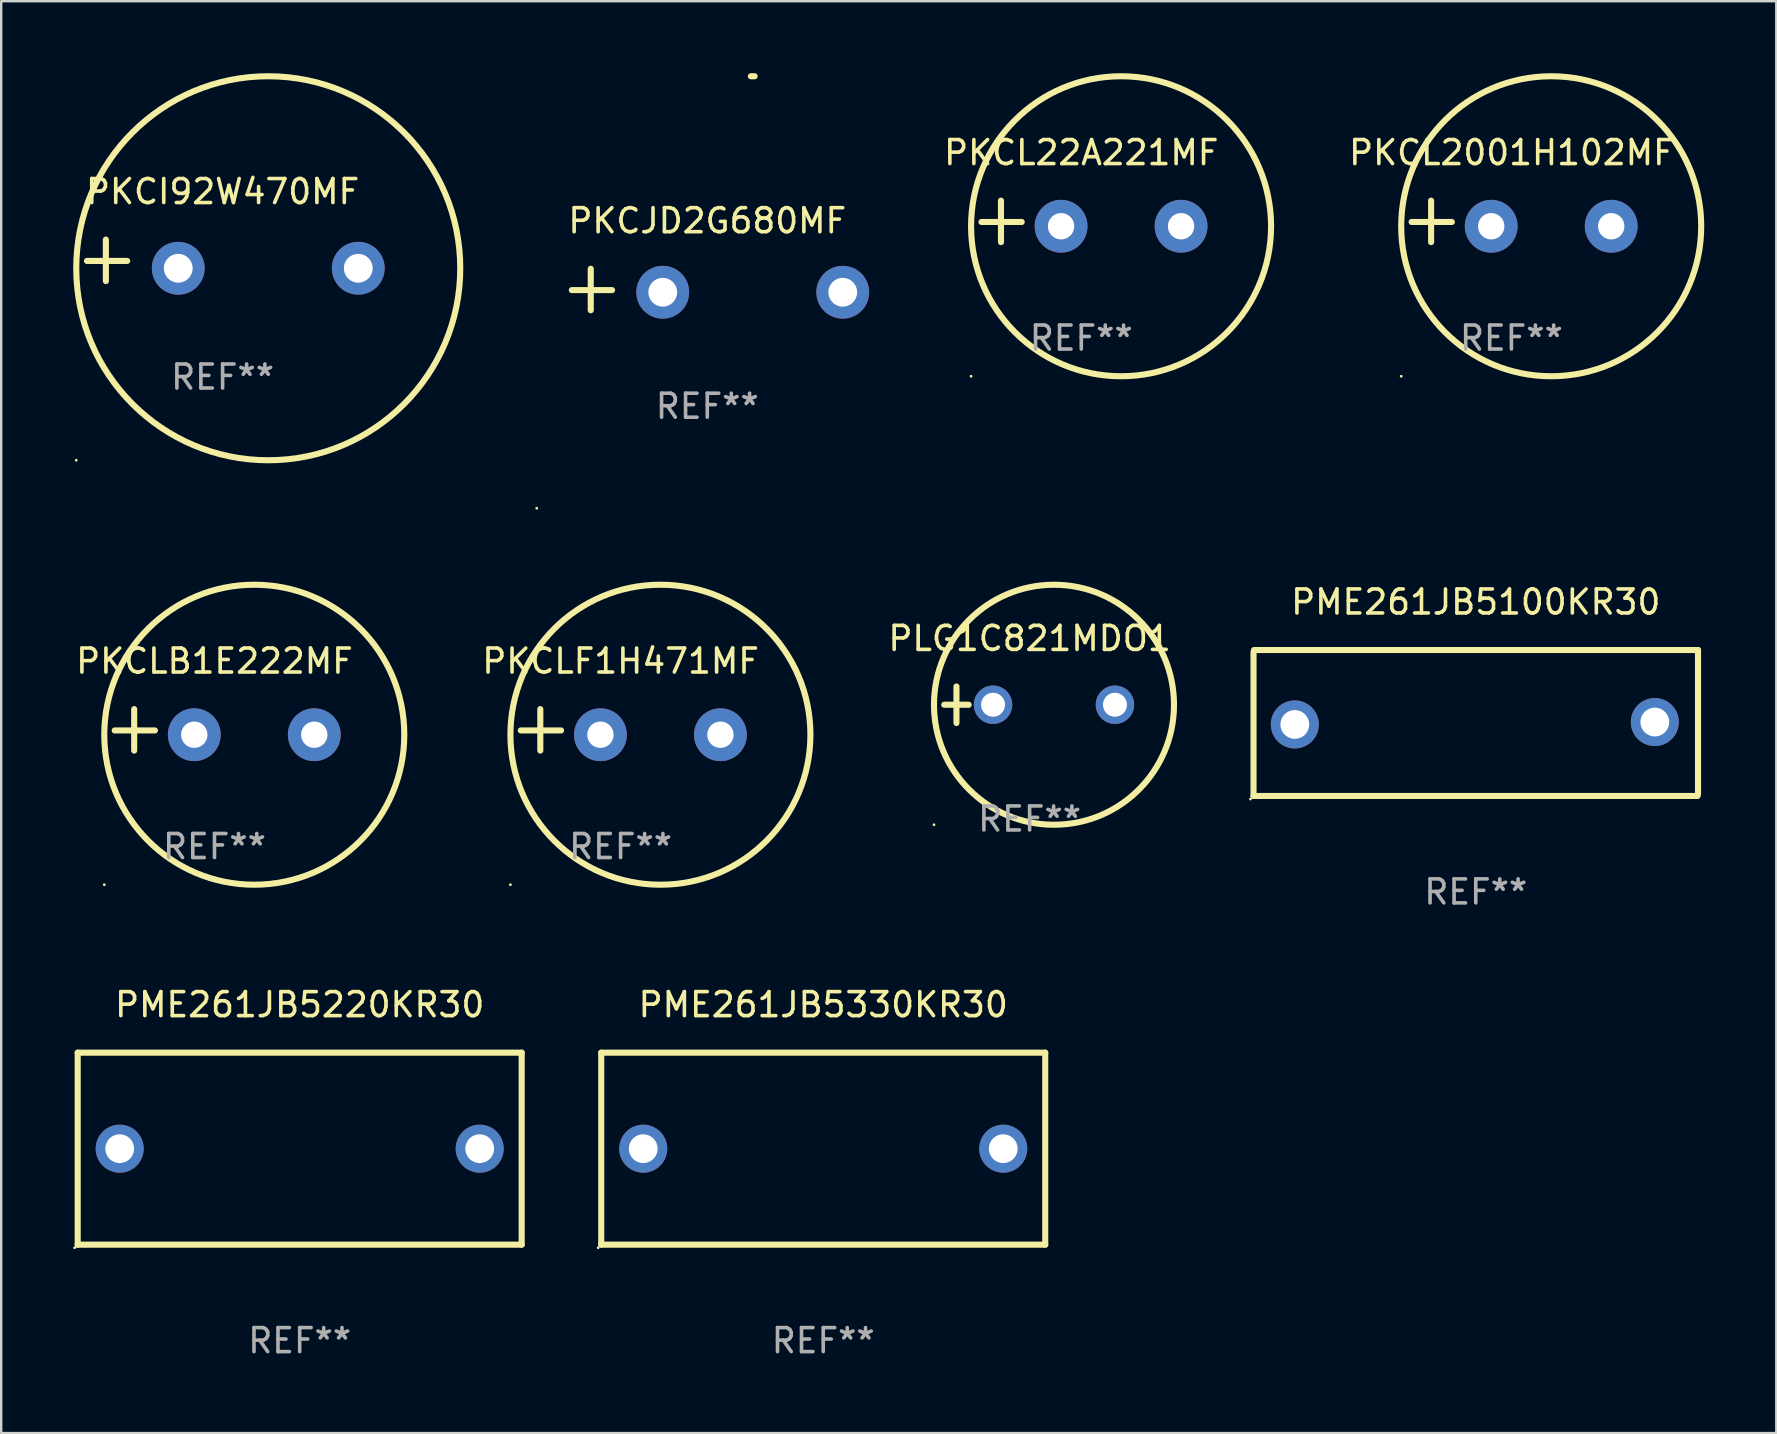
<source format=kicad_pcb>
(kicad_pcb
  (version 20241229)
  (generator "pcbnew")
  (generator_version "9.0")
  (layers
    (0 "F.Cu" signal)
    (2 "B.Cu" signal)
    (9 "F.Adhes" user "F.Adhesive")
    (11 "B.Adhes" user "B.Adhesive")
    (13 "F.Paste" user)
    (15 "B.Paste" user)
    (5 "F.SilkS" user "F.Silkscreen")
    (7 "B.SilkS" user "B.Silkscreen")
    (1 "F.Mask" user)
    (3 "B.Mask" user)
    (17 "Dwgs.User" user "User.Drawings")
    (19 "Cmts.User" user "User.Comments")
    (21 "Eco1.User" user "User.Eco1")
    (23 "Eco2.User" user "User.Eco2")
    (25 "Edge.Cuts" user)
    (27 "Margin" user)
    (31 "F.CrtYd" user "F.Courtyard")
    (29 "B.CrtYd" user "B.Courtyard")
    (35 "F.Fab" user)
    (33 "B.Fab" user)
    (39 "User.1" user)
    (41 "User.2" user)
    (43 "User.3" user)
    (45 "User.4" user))
  (footprint "PME261JB5330KR30"
    (layer "F.Cu")
    (at 31.251 44.811)
    (property "Reference" "PME261JB5330KR30" (at 0 -6 0) (layer "F.SilkS") (effects (font (size 1 1) (thickness 0.15))))
    (attr through_hole)
    (fp_line (start -9.25 -4) (end 9.25 -4) (stroke (width 0.254) (type solid)) (layer "F.SilkS"))
    (fp_line (start -9.25 4) (end -9.25 -4) (stroke (width 0.254) (type solid)) (layer "F.SilkS"))
    (fp_line (start 9.25 -4) (end 9.25 4) (stroke (width 0.254) (type solid)) (layer "F.SilkS"))
    (fp_line (start 9.25 4) (end -9.25 4) (stroke (width 0.254) (type solid)) (layer "F.SilkS"))
    (fp_circle (center -9.377 4.127) (end -9.347 4.127) (stroke (width 0.06) (type solid)) (fill no) (layer "F.SilkS"))
    (fp_text user "REF**" (at 0 8 0) (layer "F.Fab") (effects (font (size 1 1) (thickness 0.15))))
    (pad "1" thru_hole circle (at -7.5 0) (size 2 2) (drill 1.2) (layers "*.Cu" "*.Mask"))
    (pad "2" thru_hole circle (at 7.5 0) (size 2 2) (drill 1.2) (layers "*.Cu" "*.Mask")))
  (footprint "PME261JB5220KR30"
    (layer "F.Cu")
    (at 9.437 44.811)
    (property "Reference" "PME261JB5220KR30" (at 0 -6 0) (layer "F.SilkS") (effects (font (size 1 1) (thickness 0.15))))
    (attr through_hole)
    (fp_line (start -9.25 -4) (end 9.25 -4) (stroke (width 0.254) (type solid)) (layer "F.SilkS"))
    (fp_line (start -9.25 4) (end -9.25 -4) (stroke (width 0.254) (type solid)) (layer "F.SilkS"))
    (fp_line (start 9.25 -4) (end 9.25 4) (stroke (width 0.254) (type solid)) (layer "F.SilkS"))
    (fp_line (start 9.25 4) (end -9.25 4) (stroke (width 0.254) (type solid)) (layer "F.SilkS"))
    (fp_circle (center -9.377 4.127) (end -9.347 4.127) (stroke (width 0.06) (type solid)) (fill no) (layer "F.SilkS"))
    (fp_text user "REF**" (at 0 8 0) (layer "F.Fab") (effects (font (size 1 1) (thickness 0.15))))
    (pad "1" thru_hole circle (at -7.5 0) (size 2 2) (drill 1.2) (layers "*.Cu" "*.Mask"))
    (pad "2" thru_hole circle (at 7.5 0) (size 2 2) (drill 1.2) (layers "*.Cu" "*.Mask")))
  (footprint "PME261JB5100KR30"
    (layer "F.Cu")
    (at 58.44 27.075)
    (property "Reference" "PME261JB5100KR30" (at 0 -5.04 0) (layer "F.SilkS") (effects (font (size 1 1) (thickness 0.15))))
    (attr through_hole)
    (fp_line (start -9.26 3.04) (end -9.26 -2.96) (stroke (width 0.254) (type solid)) (layer "F.SilkS"))
    (fp_line (start -9.24 -3.04) (end 9.26 -3.04) (stroke (width 0.254) (type solid)) (layer "F.SilkS"))
    (fp_line (start 9.24 3.04) (end -9.26 3.04) (stroke (width 0.254) (type solid)) (layer "F.SilkS"))
    (fp_line (start 9.26 -3.04) (end 9.26 2.96) (stroke (width 0.254) (type solid)) (layer "F.SilkS"))
    (fp_circle (center -9.387 3.167) (end -9.357 3.167) (stroke (width 0.06) (type solid)) (fill no) (layer "F.SilkS"))
    (fp_text user "REF**" (at 0 7.04 0) (layer "F.Fab") (effects (font (size 1 1) (thickness 0.15))))
    (pad "1" thru_hole circle (at -7.54 0.06) (size 2 2) (drill 1.2) (layers "*.Cu" "*.Mask"))
    (pad "2" thru_hole circle (at 7.46 -0.04) (size 2 2) (drill 1.2) (layers "*.Cu" "*.Mask")))
  (footprint "PKCL2001H102MF"
    (layer "F.Cu")
    (at 59.925 6.174)
    (property "Reference" "PKCL2001H102MF" (at 0 -2.864 0) (layer "F.SilkS") (effects (font (size 1 1) (thickness 0.15))))
    (attr through_hole)
    (fp_line (start -3.346 0.864) (end -3.346 -0.864) (stroke (width 0.254) (type solid)) (layer "F.SilkS"))
    (fp_line (start -2.482 0.025) (end -4.158 0.025) (stroke (width 0.254) (type solid)) (layer "F.SilkS"))
    (fp_circle (center -4.592 6.453) (end -4.562 6.453) (stroke (width 0.06) (type solid)) (fill no) (layer "F.SilkS"))
    (fp_circle (center 1.658 0.203) (end 7.908 0.203) (stroke (width 0.254) (type solid)) (fill no) (layer "F.SilkS"))
    (fp_text user "REF**" (at 0 4.864 0) (layer "F.Fab") (effects (font (size 1 1) (thickness 0.15))))
    (pad "1" thru_hole circle (at -0.842 0.203) (size 2.2 2.2) (drill 1.1) (layers "*.Cu" "*.Mask"))
    (pad "2" thru_hole circle (at 4.158 0.203) (size 2.2 2.2) (drill 1.1) (layers "*.Cu" "*.Mask")))
  (footprint "PKCL22A221MF"
    (layer "F.Cu")
    (at 42.003 6.174)
    (property "Reference" "PKCL22A221MF" (at 0 -2.864 0) (layer "F.SilkS") (effects (font (size 1 1) (thickness 0.15))))
    (attr through_hole)
    (fp_line (start -3.346 0.864) (end -3.346 -0.864) (stroke (width 0.254) (type solid)) (layer "F.SilkS"))
    (fp_line (start -2.482 0.025) (end -4.158 0.025) (stroke (width 0.254) (type solid)) (layer "F.SilkS"))
    (fp_circle (center -4.592 6.453) (end -4.562 6.453) (stroke (width 0.06) (type solid)) (fill no) (layer "F.SilkS"))
    (fp_circle (center 1.658 0.203) (end 7.908 0.203) (stroke (width 0.254) (type solid)) (fill no) (layer "F.SilkS"))
    (fp_text user "REF**" (at 0 4.864 0) (layer "F.Fab") (effects (font (size 1 1) (thickness 0.15))))
    (pad "1" thru_hole circle (at -0.842 0.203) (size 2.2 2.2) (drill 1.1) (layers "*.Cu" "*.Mask"))
    (pad "2" thru_hole circle (at 4.158 0.203) (size 2.2 2.2) (drill 1.1) (layers "*.Cu" "*.Mask")))
  (footprint "PKCI92W470MF"
    (layer "F.Cu")
    (at 6.225 7.797)
    (property "Reference" "PKCI92W470MF" (at 0 -2.864 0) (layer "F.SilkS") (effects (font (size 1 1) (thickness 0.15))))
    (attr through_hole)
    (fp_line (start -4.864 0.864) (end -4.864 -0.864) (stroke (width 0.254) (type solid)) (layer "F.SilkS"))
    (fp_line (start -3.975 0.025) (end -5.652 0.025) (stroke (width 0.254) (type solid)) (layer "F.SilkS"))
    (fp_circle (center -6.098 8.33) (end -6.068 8.33) (stroke (width 0.06) (type solid)) (fill no) (layer "F.SilkS"))
    (fp_circle (center 1.902 0.33) (end 9.902 0.33) (stroke (width 0.254) (type solid)) (fill no) (layer "F.SilkS"))
    (fp_text user "REF**" (at 0 4.864 0) (layer "F.Fab") (effects (font (size 1 1) (thickness 0.15))))
    (pad "1" thru_hole circle (at -1.848 0.33) (size 2.2 2.2) (drill 1.2) (layers "*.Cu" "*.Mask"))
    (pad "2" thru_hole circle (at 5.652 0.33) (size 2.2 2.2) (drill 1.2) (layers "*.Cu" "*.Mask")))
  (footprint "PKCJD2G680MF"
    (layer "F.Cu")
    (at 26.42 9.013)
    (property "Reference" "PKCJD2G680MF" (at 0 -2.864 0) (layer "F.SilkS") (effects (font (size 1 1) (thickness 0.15))))
    (attr through_hole)
    (fp_line (start -4.856 0.864) (end -4.856 -0.864) (stroke (width 0.254) (type solid)) (layer "F.SilkS"))
    (fp_line (start -3.967 0.025) (end -5.644 0.025) (stroke (width 0.254) (type solid)) (layer "F.SilkS"))
    (fp_arc (start 1.815024 -8.885649) (mid 1.893764 -8.88599) (end 1.972504 -8.885649) (stroke (width 0.254001) (type solid)) (layer "F.SilkS"))
    (fp_circle (center -7.106 9.114) (end -7.076 9.114) (stroke (width 0.06) (type solid)) (fill no) (layer "F.SilkS"))
    (fp_text user "REF**" (at 0 4.864 0) (layer "F.Fab") (effects (font (size 1 1) (thickness 0.15))))
    (pad "1" thru_hole circle (at -1.856 0.114) (size 2.2 2.2) (drill 1.2) (layers "*.Cu" "*.Mask"))
    (pad "2" thru_hole circle (at 5.644 0.114) (size 2.2 2.2) (drill 1.2) (layers "*.Cu" "*.Mask")))
  (footprint "PLG1C821MDO1"
    (layer "F.Cu")
    (at 39.85 26.314)
    (property "Reference" "PLG1C821MDO1" (at 0 -2.762 0) (layer "F.SilkS") (effects (font (size 1 1) (thickness 0.15))))
    (attr through_hole)
    (fp_line (start -3.556 0) (end -2.54 0) (stroke (width 0.254) (type solid)) (layer "F.SilkS"))
    (fp_line (start -3.048 -0.762) (end -3.048 0.762) (stroke (width 0.254) (type solid)) (layer "F.SilkS"))
    (fp_circle (center -3.984 5) (end -3.954 5) (stroke (width 0.06) (type solid)) (fill no) (layer "F.SilkS"))
    (fp_circle (center 1.016 0) (end 6.016 0) (stroke (width 0.254) (type solid)) (fill no) (layer "F.SilkS"))
    (fp_text user "REF**" (at 0 4.762 0) (layer "F.Fab") (effects (font (size 1 1) (thickness 0.15))))
    (pad "1" thru_hole circle (at -1.524 0) (size 1.6 1.6) (drill 1) (layers "*.Cu" "*.Mask"))
    (pad "2" thru_hole circle (at 3.556 0) (size 1.6 1.6) (drill 1) (layers "*.Cu" "*.Mask")))
  (footprint "PKCLB1E222MF"
    (layer "F.Cu")
    (at 5.887 27.36)
    (property "Reference" "PKCLB1E222MF" (at 0 -2.864 0) (layer "F.SilkS") (effects (font (size 1 1) (thickness 0.15))))
    (attr through_hole)
    (fp_line (start -3.346 0.864) (end -3.346 -0.864) (stroke (width 0.254) (type solid)) (layer "F.SilkS"))
    (fp_line (start -2.482 0.025) (end -4.158 0.025) (stroke (width 0.254) (type solid)) (layer "F.SilkS"))
    (fp_circle (center -4.592 6.453) (end -4.562 6.453) (stroke (width 0.06) (type solid)) (fill no) (layer "F.SilkS"))
    (fp_circle (center 1.658 0.203) (end 7.908 0.203) (stroke (width 0.254) (type solid)) (fill no) (layer "F.SilkS"))
    (fp_text user "REF**" (at 0 4.864 0) (layer "F.Fab") (effects (font (size 1 1) (thickness 0.15))))
    (pad "1" thru_hole circle (at -0.842 0.203) (size 2.2 2.2) (drill 1.1) (layers "*.Cu" "*.Mask"))
    (pad "2" thru_hole circle (at 4.158 0.203) (size 2.2 2.2) (drill 1.1) (layers "*.Cu" "*.Mask")))
  (footprint "PKCLF1H471MF"
    (layer "F.Cu")
    (at 22.809 27.36)
    (property "Reference" "PKCLF1H471MF" (at 0 -2.864 0) (layer "F.SilkS") (effects (font (size 1 1) (thickness 0.15))))
    (attr through_hole)
    (fp_line (start -3.346 0.864) (end -3.346 -0.864) (stroke (width 0.254) (type solid)) (layer "F.SilkS"))
    (fp_line (start -2.482 0.025) (end -4.158 0.025) (stroke (width 0.254) (type solid)) (layer "F.SilkS"))
    (fp_circle (center -4.592 6.453) (end -4.562 6.453) (stroke (width 0.06) (type solid)) (fill no) (layer "F.SilkS"))
    (fp_circle (center 1.658 0.203) (end 7.908 0.203) (stroke (width 0.254) (type solid)) (fill no) (layer "F.SilkS"))
    (fp_text user "REF**" (at 0 4.864 0) (layer "F.Fab") (effects (font (size 1 1) (thickness 0.15))))
    (pad "1" thru_hole circle (at -0.842 0.203) (size 2.2 2.2) (drill 1.1) (layers "*.Cu" "*.Mask"))
    (pad "2" thru_hole circle (at 4.158 0.203) (size 2.2 2.2) (drill 1.1) (layers "*.Cu" "*.Mask")))
  (gr_rect
    (start -3 -3)
    (end 70.961 56.66)
    (stroke (width 0.1) (type default))
    (fill no)
    (layer "Edge.Cuts")))
</source>
